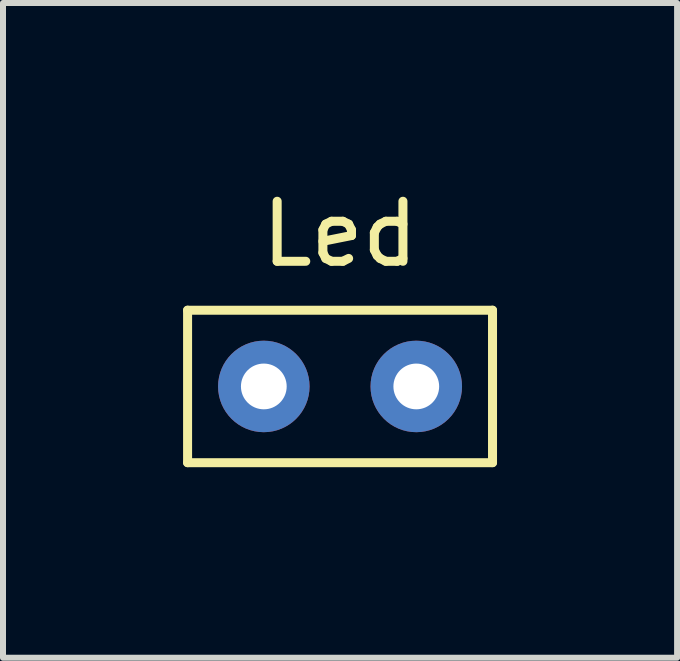
<source format=kicad_pcb>
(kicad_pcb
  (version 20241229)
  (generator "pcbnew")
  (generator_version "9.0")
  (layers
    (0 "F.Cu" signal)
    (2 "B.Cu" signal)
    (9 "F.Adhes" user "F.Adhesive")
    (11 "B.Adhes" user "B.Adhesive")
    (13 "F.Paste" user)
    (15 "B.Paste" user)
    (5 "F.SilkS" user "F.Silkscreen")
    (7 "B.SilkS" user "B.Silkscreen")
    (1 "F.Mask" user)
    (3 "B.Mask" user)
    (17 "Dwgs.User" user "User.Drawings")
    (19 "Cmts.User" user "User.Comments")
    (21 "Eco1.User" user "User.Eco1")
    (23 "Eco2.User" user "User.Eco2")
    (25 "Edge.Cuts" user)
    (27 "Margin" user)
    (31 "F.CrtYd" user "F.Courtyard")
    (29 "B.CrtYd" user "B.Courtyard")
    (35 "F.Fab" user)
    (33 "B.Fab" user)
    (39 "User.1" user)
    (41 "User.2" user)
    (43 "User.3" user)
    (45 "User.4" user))
  (footprint "Led"
    (layer "F.Cu")
    (at 1.345 4.658)
    (property "Reference" "Led" (at 1.27 -3.81 0) (layer "F.SilkS") (effects (font (size 1 1) (thickness 0.15))))
    (attr through_hole)
    (fp_line (start -1.27 -2.54) (end -1.27 0) (stroke (width 0.15) (type solid)) (layer "F.SilkS"))
    (fp_line (start -1.27 0) (end 3.81 0) (stroke (width 0.15) (type solid)) (layer "F.SilkS"))
    (fp_line (start 3.81 -2.54) (end -1.27 -2.54) (stroke (width 0.15) (type solid)) (layer "F.SilkS"))
    (fp_line (start 3.81 0) (end 3.81 -2.54) (stroke (width 0.15) (type solid)) (layer "F.SilkS"))
    (pad "1" thru_hole circle (at 2.54 -1.27) (size 1.524 1.524) (drill 0.762) (layers "*.Cu" "*.Mask"))
    (pad "2" thru_hole circle (at 0 -1.27) (size 1.524 1.524) (drill 0.762) (layers "*.Cu" "*.Mask")))
  (gr_rect
    (start -3 -3)
    (end 8.23 7.908)
    (stroke (width 0.1) (type default))
    (fill no)
    (layer "Edge.Cuts")))
</source>
